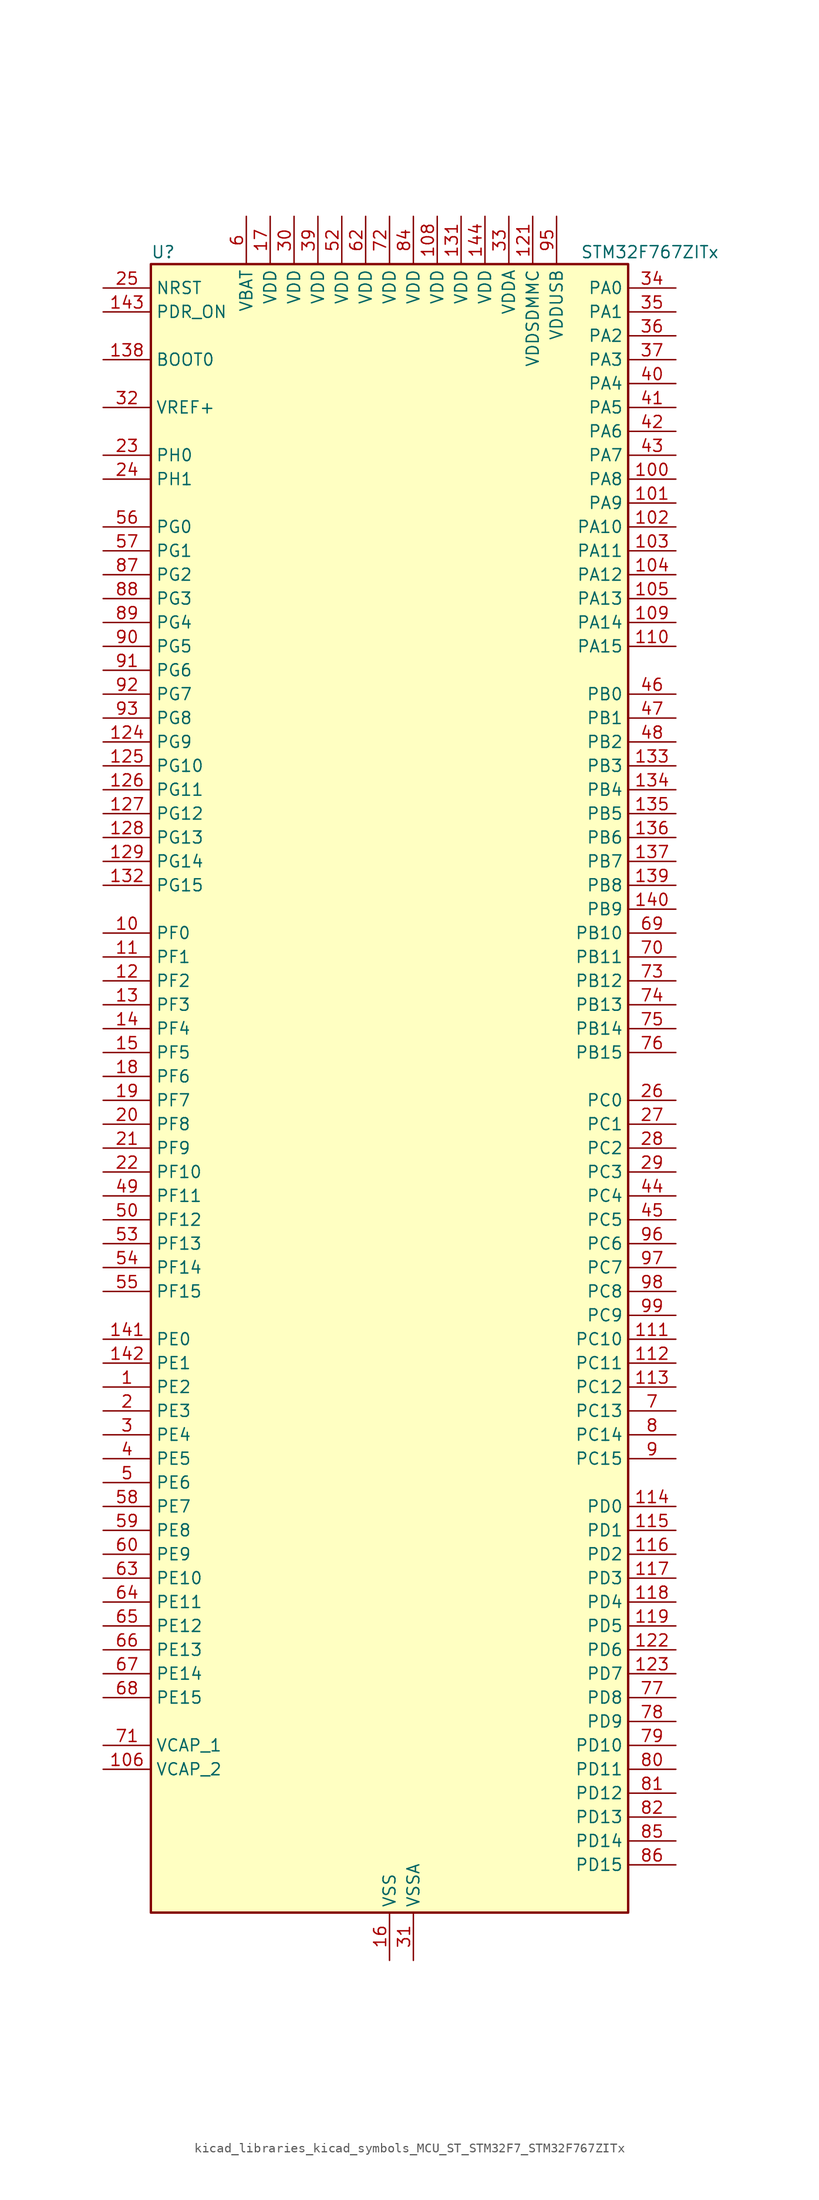
<source format=kicad_sym>
(kicad_symbol_lib
  (version 20220914)
  (generator kicad_symbol_editor)
  (symbol "kicad_libraries_kicad_symbols_MCU_ST_STM32F7_STM32F767ZITx"
    (property "Reference" "U"
      (at -25.4 90.17 0)
      (effects (font (size 1.27 1.27)) (justify left)))
    (property "Value" "STM32F767ZITx"
      (at 20.32 90.17 0)
      (effects (font (size 1.27 1.27)) (justify left)))
    (property "ki_locked" ""
      (at 0 0 0)
      (effects (font (size 1.27 1.27))))
    (symbol "kicad_libraries_kicad_symbols_MCU_ST_STM32F7_STM32F767ZITx_0_1"
      (rectangle (start -25.4 -86.36) (end 25.4 88.9) (stroke (width 0.254) (type default)) (fill (type background))))
    (symbol "kicad_libraries_kicad_symbols_MCU_ST_STM32F7_STM32F767ZITx_1_1"
      (pin bidirectional line (at -30.48 -30.48 0) (length 5.08) (name "PE2" (effects (font (size 1.27 1.27)))) (number "1" (effects (font (size 1.27 1.27)))) (alternate "ETH_TXD3" bidirectional line) (alternate "FMC_A23" bidirectional line) (alternate "QUADSPI_BK1_IO2" bidirectional line) (alternate "SAI1_MCLK_A" bidirectional line) (alternate "SPI4_SCK" bidirectional line) (alternate "SYS_TRACECLK" bidirectional line))
      (pin bidirectional line (at -30.48 17.78 0) (length 5.08) (name "PF0" (effects (font (size 1.27 1.27)))) (number "10" (effects (font (size 1.27 1.27)))) (alternate "FMC_A0" bidirectional line) (alternate "I2C2_SDA" bidirectional line))
      (pin bidirectional line (at 30.48 66.04 180) (length 5.08) (name "PA8" (effects (font (size 1.27 1.27)))) (number "100" (effects (font (size 1.27 1.27)))) (alternate "CAN3_RX" bidirectional line) (alternate "I2C3_SCL" bidirectional line) (alternate "LTDC_B3" bidirectional line) (alternate "LTDC_R6" bidirectional line) (alternate "RCC_MCO_1" bidirectional line) (alternate "TIM1_CH1" bidirectional line) (alternate "TIM8_BKIN2" bidirectional line) (alternate "UART7_RX" bidirectional line) (alternate "USART1_CK" bidirectional line) (alternate "USB_OTG_FS_SOF" bidirectional line))
      (pin bidirectional line (at 30.48 63.5 180) (length 5.08) (name "PA9" (effects (font (size 1.27 1.27)))) (number "101" (effects (font (size 1.27 1.27)))) (alternate "DAC_EXTI9" bidirectional line) (alternate "DCMI_D0" bidirectional line) (alternate "I2C3_SMBA" bidirectional line) (alternate "I2S2_CK" bidirectional line) (alternate "LTDC_R5" bidirectional line) (alternate "SPI2_SCK" bidirectional line) (alternate "TIM1_CH2" bidirectional line) (alternate "USART1_TX" bidirectional line) (alternate "USB_OTG_FS_VBUS" bidirectional line))
      (pin bidirectional line (at 30.48 60.96 180) (length 5.08) (name "PA10" (effects (font (size 1.27 1.27)))) (number "102" (effects (font (size 1.27 1.27)))) (alternate "DCMI_D1" bidirectional line) (alternate "LTDC_B1" bidirectional line) (alternate "LTDC_B4" bidirectional line) (alternate "MDIOS_MDIO" bidirectional line) (alternate "TIM1_CH3" bidirectional line) (alternate "USART1_RX" bidirectional line) (alternate "USB_OTG_FS_ID" bidirectional line))
      (pin bidirectional line (at 30.48 58.42 180) (length 5.08) (name "PA11" (effects (font (size 1.27 1.27)))) (number "103" (effects (font (size 1.27 1.27)))) (alternate "ADC1_EXTI11" bidirectional line) (alternate "ADC2_EXTI11" bidirectional line) (alternate "ADC3_EXTI11" bidirectional line) (alternate "CAN1_RX" bidirectional line) (alternate "I2S2_WS" bidirectional line) (alternate "LTDC_R4" bidirectional line) (alternate "SPI2_NSS" bidirectional line) (alternate "TIM1_CH4" bidirectional line) (alternate "UART4_RX" bidirectional line) (alternate "USART1_CTS" bidirectional line) (alternate "USB_OTG_FS_DM" bidirectional line))
      (pin bidirectional line (at 30.48 55.88 180) (length 5.08) (name "PA12" (effects (font (size 1.27 1.27)))) (number "104" (effects (font (size 1.27 1.27)))) (alternate "CAN1_TX" bidirectional line) (alternate "I2S2_CK" bidirectional line) (alternate "LTDC_R5" bidirectional line) (alternate "SAI2_FS_B" bidirectional line) (alternate "SPI2_SCK" bidirectional line) (alternate "TIM1_ETR" bidirectional line) (alternate "UART4_TX" bidirectional line) (alternate "USART1_DE" bidirectional line) (alternate "USART1_RTS" bidirectional line) (alternate "USB_OTG_FS_DP" bidirectional line))
      (pin bidirectional line (at 30.48 53.34 180) (length 5.08) (name "PA13" (effects (font (size 1.27 1.27)))) (number "105" (effects (font (size 1.27 1.27)))) (alternate "SYS_JTMS-SWDIO" bidirectional line))
      (pin power_out line (at -30.48 -71.12 0) (length 5.08) (name "VCAP_2" (effects (font (size 1.27 1.27)))) (number "106" (effects (font (size 1.27 1.27)))))
      (pin passive line (at 0 -91.44 90) (length 5.08) hide (name "VSS" (effects (font (size 1.27 1.27)))) (number "107" (effects (font (size 1.27 1.27)))))
      (pin power_in line (at 5.08 93.98 270) (length 5.08) (name "VDD" (effects (font (size 1.27 1.27)))) (number "108" (effects (font (size 1.27 1.27)))))
      (pin bidirectional line (at 30.48 50.8 180) (length 5.08) (name "PA14" (effects (font (size 1.27 1.27)))) (number "109" (effects (font (size 1.27 1.27)))) (alternate "SYS_JTCK-SWCLK" bidirectional line))
      (pin bidirectional line (at -30.48 15.24 0) (length 5.08) (name "PF1" (effects (font (size 1.27 1.27)))) (number "11" (effects (font (size 1.27 1.27)))) (alternate "FMC_A1" bidirectional line) (alternate "I2C2_SCL" bidirectional line))
      (pin bidirectional line (at 30.48 48.26 180) (length 5.08) (name "PA15" (effects (font (size 1.27 1.27)))) (number "110" (effects (font (size 1.27 1.27)))) (alternate "CAN3_TX" bidirectional line) (alternate "CEC" bidirectional line) (alternate "I2S1_WS" bidirectional line) (alternate "I2S3_WS" bidirectional line) (alternate "SPI1_NSS" bidirectional line) (alternate "SPI3_NSS" bidirectional line) (alternate "SPI6_NSS" bidirectional line) (alternate "SYS_JTDI" bidirectional line) (alternate "TIM2_CH1" bidirectional line) (alternate "TIM2_ETR" bidirectional line) (alternate "UART4_DE" bidirectional line) (alternate "UART4_RTS" bidirectional line) (alternate "UART7_TX" bidirectional line))
      (pin bidirectional line (at 30.48 -25.4 180) (length 5.08) (name "PC10" (effects (font (size 1.27 1.27)))) (number "111" (effects (font (size 1.27 1.27)))) (alternate "DCMI_D8" bidirectional line) (alternate "DFSDM1_CKIN5" bidirectional line) (alternate "I2S3_CK" bidirectional line) (alternate "LTDC_R2" bidirectional line) (alternate "QUADSPI_BK1_IO1" bidirectional line) (alternate "SDMMC1_D2" bidirectional line) (alternate "SPI3_SCK" bidirectional line) (alternate "UART4_TX" bidirectional line) (alternate "USART3_TX" bidirectional line))
      (pin bidirectional line (at 30.48 -27.94 180) (length 5.08) (name "PC11" (effects (font (size 1.27 1.27)))) (number "112" (effects (font (size 1.27 1.27)))) (alternate "ADC1_EXTI11" bidirectional line) (alternate "ADC2_EXTI11" bidirectional line) (alternate "ADC3_EXTI11" bidirectional line) (alternate "DCMI_D4" bidirectional line) (alternate "DFSDM1_DATIN5" bidirectional line) (alternate "QUADSPI_BK2_NCS" bidirectional line) (alternate "SDMMC1_D3" bidirectional line) (alternate "SPI3_MISO" bidirectional line) (alternate "UART4_RX" bidirectional line) (alternate "USART3_RX" bidirectional line))
      (pin bidirectional line (at 30.48 -30.48 180) (length 5.08) (name "PC12" (effects (font (size 1.27 1.27)))) (number "113" (effects (font (size 1.27 1.27)))) (alternate "DCMI_D9" bidirectional line) (alternate "I2S3_SD" bidirectional line) (alternate "SDMMC1_CK" bidirectional line) (alternate "SPI3_MOSI" bidirectional line) (alternate "SYS_TRACED3" bidirectional line) (alternate "UART5_TX" bidirectional line) (alternate "USART3_CK" bidirectional line))
      (pin bidirectional line (at 30.48 -43.18 180) (length 5.08) (name "PD0" (effects (font (size 1.27 1.27)))) (number "114" (effects (font (size 1.27 1.27)))) (alternate "CAN1_RX" bidirectional line) (alternate "DFSDM1_CKIN6" bidirectional line) (alternate "DFSDM1_DATIN7" bidirectional line) (alternate "FMC_D2" bidirectional line) (alternate "FMC_DA2" bidirectional line) (alternate "UART4_RX" bidirectional line))
      (pin bidirectional line (at 30.48 -45.72 180) (length 5.08) (name "PD1" (effects (font (size 1.27 1.27)))) (number "115" (effects (font (size 1.27 1.27)))) (alternate "CAN1_TX" bidirectional line) (alternate "DFSDM1_CKIN7" bidirectional line) (alternate "DFSDM1_DATIN6" bidirectional line) (alternate "FMC_D3" bidirectional line) (alternate "FMC_DA3" bidirectional line) (alternate "UART4_TX" bidirectional line))
      (pin bidirectional line (at 30.48 -48.26 180) (length 5.08) (name "PD2" (effects (font (size 1.27 1.27)))) (number "116" (effects (font (size 1.27 1.27)))) (alternate "DCMI_D11" bidirectional line) (alternate "SDMMC1_CMD" bidirectional line) (alternate "SYS_TRACED2" bidirectional line) (alternate "TIM3_ETR" bidirectional line) (alternate "UART5_RX" bidirectional line))
      (pin bidirectional line (at 30.48 -50.8 180) (length 5.08) (name "PD3" (effects (font (size 1.27 1.27)))) (number "117" (effects (font (size 1.27 1.27)))) (alternate "DCMI_D5" bidirectional line) (alternate "DFSDM1_CKOUT" bidirectional line) (alternate "DFSDM1_DATIN0" bidirectional line) (alternate "FMC_CLK" bidirectional line) (alternate "I2S2_CK" bidirectional line) (alternate "LTDC_G7" bidirectional line) (alternate "SPI2_SCK" bidirectional line) (alternate "USART2_CTS" bidirectional line))
      (pin bidirectional line (at 30.48 -53.34 180) (length 5.08) (name "PD4" (effects (font (size 1.27 1.27)))) (number "118" (effects (font (size 1.27 1.27)))) (alternate "DFSDM1_CKIN0" bidirectional line) (alternate "FMC_NOE" bidirectional line) (alternate "USART2_DE" bidirectional line) (alternate "USART2_RTS" bidirectional line))
      (pin bidirectional line (at 30.48 -55.88 180) (length 5.08) (name "PD5" (effects (font (size 1.27 1.27)))) (number "119" (effects (font (size 1.27 1.27)))) (alternate "FMC_NWE" bidirectional line) (alternate "USART2_TX" bidirectional line))
      (pin bidirectional line (at -30.48 12.7 0) (length 5.08) (name "PF2" (effects (font (size 1.27 1.27)))) (number "12" (effects (font (size 1.27 1.27)))) (alternate "FMC_A2" bidirectional line) (alternate "I2C2_SMBA" bidirectional line))
      (pin passive line (at 0 -91.44 90) (length 5.08) hide (name "VSS" (effects (font (size 1.27 1.27)))) (number "120" (effects (font (size 1.27 1.27)))))
      (pin power_in line (at 15.24 93.98 270) (length 5.08) (name "VDDSDMMC" (effects (font (size 1.27 1.27)))) (number "121" (effects (font (size 1.27 1.27)))))
      (pin bidirectional line (at 30.48 -58.42 180) (length 5.08) (name "PD6" (effects (font (size 1.27 1.27)))) (number "122" (effects (font (size 1.27 1.27)))) (alternate "DCMI_D10" bidirectional line) (alternate "DFSDM1_CKIN4" bidirectional line) (alternate "DFSDM1_DATIN1" bidirectional line) (alternate "FMC_NWAIT" bidirectional line) (alternate "I2S3_SD" bidirectional line) (alternate "LTDC_B2" bidirectional line) (alternate "SAI1_SD_A" bidirectional line) (alternate "SDMMC2_CK" bidirectional line) (alternate "SPI3_MOSI" bidirectional line) (alternate "USART2_RX" bidirectional line))
      (pin bidirectional line (at 30.48 -60.96 180) (length 5.08) (name "PD7" (effects (font (size 1.27 1.27)))) (number "123" (effects (font (size 1.27 1.27)))) (alternate "DFSDM1_CKIN1" bidirectional line) (alternate "DFSDM1_DATIN4" bidirectional line) (alternate "FMC_NE1" bidirectional line) (alternate "I2S1_SD" bidirectional line) (alternate "SDMMC2_CMD" bidirectional line) (alternate "SPDIFRX_IN0" bidirectional line) (alternate "SPI1_MOSI" bidirectional line) (alternate "USART2_CK" bidirectional line))
      (pin bidirectional line (at -30.48 38.1 0) (length 5.08) (name "PG9" (effects (font (size 1.27 1.27)))) (number "124" (effects (font (size 1.27 1.27)))) (alternate "DAC_EXTI9" bidirectional line) (alternate "DCMI_VSYNC" bidirectional line) (alternate "FMC_NCE" bidirectional line) (alternate "FMC_NE2" bidirectional line) (alternate "QUADSPI_BK2_IO2" bidirectional line) (alternate "SAI2_FS_B" bidirectional line) (alternate "SDMMC2_D0" bidirectional line) (alternate "SPDIFRX_IN3" bidirectional line) (alternate "SPI1_MISO" bidirectional line) (alternate "USART6_RX" bidirectional line))
      (pin bidirectional line (at -30.48 35.56 0) (length 5.08) (name "PG10" (effects (font (size 1.27 1.27)))) (number "125" (effects (font (size 1.27 1.27)))) (alternate "DCMI_D2" bidirectional line) (alternate "FMC_NE3" bidirectional line) (alternate "I2S1_WS" bidirectional line) (alternate "LTDC_B2" bidirectional line) (alternate "LTDC_G3" bidirectional line) (alternate "SAI2_SD_B" bidirectional line) (alternate "SDMMC2_D1" bidirectional line) (alternate "SPI1_NSS" bidirectional line))
      (pin bidirectional line (at -30.48 33.02 0) (length 5.08) (name "PG11" (effects (font (size 1.27 1.27)))) (number "126" (effects (font (size 1.27 1.27)))) (alternate "ADC1_EXTI11" bidirectional line) (alternate "ADC2_EXTI11" bidirectional line) (alternate "ADC3_EXTI11" bidirectional line) (alternate "DCMI_D3" bidirectional line) (alternate "ETH_TX_EN" bidirectional line) (alternate "I2S1_CK" bidirectional line) (alternate "LTDC_B3" bidirectional line) (alternate "SDMMC2_D2" bidirectional line) (alternate "SPDIFRX_IN0" bidirectional line) (alternate "SPI1_SCK" bidirectional line))
      (pin bidirectional line (at -30.48 30.48 0) (length 5.08) (name "PG12" (effects (font (size 1.27 1.27)))) (number "127" (effects (font (size 1.27 1.27)))) (alternate "FMC_NE4" bidirectional line) (alternate "LPTIM1_IN1" bidirectional line) (alternate "LTDC_B1" bidirectional line) (alternate "LTDC_B4" bidirectional line) (alternate "SDMMC2_D3" bidirectional line) (alternate "SPDIFRX_IN1" bidirectional line) (alternate "SPI6_MISO" bidirectional line) (alternate "USART6_DE" bidirectional line) (alternate "USART6_RTS" bidirectional line))
      (pin bidirectional line (at -30.48 27.94 0) (length 5.08) (name "PG13" (effects (font (size 1.27 1.27)))) (number "128" (effects (font (size 1.27 1.27)))) (alternate "ETH_TXD0" bidirectional line) (alternate "FMC_A24" bidirectional line) (alternate "LPTIM1_OUT" bidirectional line) (alternate "LTDC_R0" bidirectional line) (alternate "SPI6_SCK" bidirectional line) (alternate "SYS_TRACED0" bidirectional line) (alternate "USART6_CTS" bidirectional line))
      (pin bidirectional line (at -30.48 25.4 0) (length 5.08) (name "PG14" (effects (font (size 1.27 1.27)))) (number "129" (effects (font (size 1.27 1.27)))) (alternate "ETH_TXD1" bidirectional line) (alternate "FMC_A25" bidirectional line) (alternate "LPTIM1_ETR" bidirectional line) (alternate "LTDC_B0" bidirectional line) (alternate "QUADSPI_BK2_IO3" bidirectional line) (alternate "SPI6_MOSI" bidirectional line) (alternate "SYS_TRACED1" bidirectional line) (alternate "USART6_TX" bidirectional line))
      (pin bidirectional line (at -30.48 10.16 0) (length 5.08) (name "PF3" (effects (font (size 1.27 1.27)))) (number "13" (effects (font (size 1.27 1.27)))) (alternate "ADC3_IN9" bidirectional line) (alternate "FMC_A3" bidirectional line))
      (pin passive line (at 0 -91.44 90) (length 5.08) hide (name "VSS" (effects (font (size 1.27 1.27)))) (number "130" (effects (font (size 1.27 1.27)))))
      (pin power_in line (at 7.62 93.98 270) (length 5.08) (name "VDD" (effects (font (size 1.27 1.27)))) (number "131" (effects (font (size 1.27 1.27)))))
      (pin bidirectional line (at -30.48 22.86 0) (length 5.08) (name "PG15" (effects (font (size 1.27 1.27)))) (number "132" (effects (font (size 1.27 1.27)))) (alternate "DCMI_D13" bidirectional line) (alternate "FMC_SDNCAS" bidirectional line) (alternate "USART6_CTS" bidirectional line))
      (pin bidirectional line (at 30.48 35.56 180) (length 5.08) (name "PB3" (effects (font (size 1.27 1.27)))) (number "133" (effects (font (size 1.27 1.27)))) (alternate "CAN3_RX" bidirectional line) (alternate "I2S1_CK" bidirectional line) (alternate "I2S3_CK" bidirectional line) (alternate "SDMMC2_D2" bidirectional line) (alternate "SPI1_SCK" bidirectional line) (alternate "SPI3_SCK" bidirectional line) (alternate "SPI6_SCK" bidirectional line) (alternate "SYS_JTDO-SWO" bidirectional line) (alternate "TIM2_CH2" bidirectional line) (alternate "UART7_RX" bidirectional line))
      (pin bidirectional line (at 30.48 33.02 180) (length 5.08) (name "PB4" (effects (font (size 1.27 1.27)))) (number "134" (effects (font (size 1.27 1.27)))) (alternate "CAN3_TX" bidirectional line) (alternate "I2S2_WS" bidirectional line) (alternate "SDMMC2_D3" bidirectional line) (alternate "SPI1_MISO" bidirectional line) (alternate "SPI2_NSS" bidirectional line) (alternate "SPI3_MISO" bidirectional line) (alternate "SPI6_MISO" bidirectional line) (alternate "SYS_JTRST" bidirectional line) (alternate "TIM3_CH1" bidirectional line) (alternate "UART7_TX" bidirectional line))
      (pin bidirectional line (at 30.48 30.48 180) (length 5.08) (name "PB5" (effects (font (size 1.27 1.27)))) (number "135" (effects (font (size 1.27 1.27)))) (alternate "CAN2_RX" bidirectional line) (alternate "DCMI_D10" bidirectional line) (alternate "ETH_PPS_OUT" bidirectional line) (alternate "FMC_SDCKE1" bidirectional line) (alternate "I2C1_SMBA" bidirectional line) (alternate "I2S1_SD" bidirectional line) (alternate "I2S3_SD" bidirectional line) (alternate "LTDC_G7" bidirectional line) (alternate "SPI1_MOSI" bidirectional line) (alternate "SPI3_MOSI" bidirectional line) (alternate "SPI6_MOSI" bidirectional line) (alternate "TIM3_CH2" bidirectional line) (alternate "UART5_RX" bidirectional line) (alternate "USB_OTG_HS_ULPI_D7" bidirectional line))
      (pin bidirectional line (at 30.48 27.94 180) (length 5.08) (name "PB6" (effects (font (size 1.27 1.27)))) (number "136" (effects (font (size 1.27 1.27)))) (alternate "CAN2_TX" bidirectional line) (alternate "CEC" bidirectional line) (alternate "DCMI_D5" bidirectional line) (alternate "DFSDM1_DATIN5" bidirectional line) (alternate "FMC_SDNE1" bidirectional line) (alternate "I2C1_SCL" bidirectional line) (alternate "I2C4_SCL" bidirectional line) (alternate "QUADSPI_BK1_NCS" bidirectional line) (alternate "TIM4_CH1" bidirectional line) (alternate "UART5_TX" bidirectional line) (alternate "USART1_TX" bidirectional line))
      (pin bidirectional line (at 30.48 25.4 180) (length 5.08) (name "PB7" (effects (font (size 1.27 1.27)))) (number "137" (effects (font (size 1.27 1.27)))) (alternate "DCMI_VSYNC" bidirectional line) (alternate "DFSDM1_CKIN5" bidirectional line) (alternate "FMC_NL" bidirectional line) (alternate "I2C1_SDA" bidirectional line) (alternate "I2C4_SDA" bidirectional line) (alternate "TIM4_CH2" bidirectional line) (alternate "USART1_RX" bidirectional line))
      (pin input line (at -30.48 78.74 0) (length 5.08) (name "BOOT0" (effects (font (size 1.27 1.27)))) (number "138" (effects (font (size 1.27 1.27)))))
      (pin bidirectional line (at 30.48 22.86 180) (length 5.08) (name "PB8" (effects (font (size 1.27 1.27)))) (number "139" (effects (font (size 1.27 1.27)))) (alternate "CAN1_RX" bidirectional line) (alternate "DCMI_D6" bidirectional line) (alternate "DFSDM1_CKIN7" bidirectional line) (alternate "ETH_TXD3" bidirectional line) (alternate "I2C1_SCL" bidirectional line) (alternate "I2C4_SCL" bidirectional line) (alternate "LTDC_B6" bidirectional line) (alternate "SDMMC1_D4" bidirectional line) (alternate "SDMMC2_D4" bidirectional line) (alternate "TIM10_CH1" bidirectional line) (alternate "TIM4_CH3" bidirectional line) (alternate "UART5_RX" bidirectional line))
      (pin bidirectional line (at -30.48 7.62 0) (length 5.08) (name "PF4" (effects (font (size 1.27 1.27)))) (number "14" (effects (font (size 1.27 1.27)))) (alternate "ADC3_IN14" bidirectional line) (alternate "FMC_A4" bidirectional line))
      (pin bidirectional line (at 30.48 20.32 180) (length 5.08) (name "PB9" (effects (font (size 1.27 1.27)))) (number "140" (effects (font (size 1.27 1.27)))) (alternate "CAN1_TX" bidirectional line) (alternate "DAC_EXTI9" bidirectional line) (alternate "DCMI_D7" bidirectional line) (alternate "DFSDM1_DATIN7" bidirectional line) (alternate "I2C1_SDA" bidirectional line) (alternate "I2C4_SDA" bidirectional line) (alternate "I2C4_SMBA" bidirectional line) (alternate "I2S2_WS" bidirectional line) (alternate "LTDC_B7" bidirectional line) (alternate "SDMMC1_D5" bidirectional line) (alternate "SDMMC2_D5" bidirectional line) (alternate "SPI2_NSS" bidirectional line) (alternate "TIM11_CH1" bidirectional line) (alternate "TIM4_CH4" bidirectional line) (alternate "UART5_TX" bidirectional line))
      (pin bidirectional line (at -30.48 -25.4 0) (length 5.08) (name "PE0" (effects (font (size 1.27 1.27)))) (number "141" (effects (font (size 1.27 1.27)))) (alternate "DCMI_D2" bidirectional line) (alternate "FMC_NBL0" bidirectional line) (alternate "LPTIM1_ETR" bidirectional line) (alternate "SAI2_MCLK_A" bidirectional line) (alternate "TIM4_ETR" bidirectional line) (alternate "UART8_RX" bidirectional line))
      (pin bidirectional line (at -30.48 -27.94 0) (length 5.08) (name "PE1" (effects (font (size 1.27 1.27)))) (number "142" (effects (font (size 1.27 1.27)))) (alternate "DCMI_D3" bidirectional line) (alternate "FMC_NBL1" bidirectional line) (alternate "LPTIM1_IN2" bidirectional line) (alternate "UART8_TX" bidirectional line))
      (pin input line (at -30.48 83.82 0) (length 5.08) (name "PDR_ON" (effects (font (size 1.27 1.27)))) (number "143" (effects (font (size 1.27 1.27)))))
      (pin power_in line (at 10.16 93.98 270) (length 5.08) (name "VDD" (effects (font (size 1.27 1.27)))) (number "144" (effects (font (size 1.27 1.27)))))
      (pin bidirectional line (at -30.48 5.08 0) (length 5.08) (name "PF5" (effects (font (size 1.27 1.27)))) (number "15" (effects (font (size 1.27 1.27)))) (alternate "ADC3_IN15" bidirectional line) (alternate "FMC_A5" bidirectional line))
      (pin power_in line (at 0 -91.44 90) (length 5.08) (name "VSS" (effects (font (size 1.27 1.27)))) (number "16" (effects (font (size 1.27 1.27)))))
      (pin power_in line (at -12.7 93.98 270) (length 5.08) (name "VDD" (effects (font (size 1.27 1.27)))) (number "17" (effects (font (size 1.27 1.27)))))
      (pin bidirectional line (at -30.48 2.54 0) (length 5.08) (name "PF6" (effects (font (size 1.27 1.27)))) (number "18" (effects (font (size 1.27 1.27)))) (alternate "ADC3_IN4" bidirectional line) (alternate "QUADSPI_BK1_IO3" bidirectional line) (alternate "SAI1_SD_B" bidirectional line) (alternate "SPI5_NSS" bidirectional line) (alternate "TIM10_CH1" bidirectional line) (alternate "UART7_RX" bidirectional line))
      (pin bidirectional line (at -30.48 0 0) (length 5.08) (name "PF7" (effects (font (size 1.27 1.27)))) (number "19" (effects (font (size 1.27 1.27)))) (alternate "ADC3_IN5" bidirectional line) (alternate "QUADSPI_BK1_IO2" bidirectional line) (alternate "SAI1_MCLK_B" bidirectional line) (alternate "SPI5_SCK" bidirectional line) (alternate "TIM11_CH1" bidirectional line) (alternate "UART7_TX" bidirectional line))
      (pin bidirectional line (at -30.48 -33.02 0) (length 5.08) (name "PE3" (effects (font (size 1.27 1.27)))) (number "2" (effects (font (size 1.27 1.27)))) (alternate "FMC_A19" bidirectional line) (alternate "SAI1_SD_B" bidirectional line) (alternate "SYS_TRACED0" bidirectional line))
      (pin bidirectional line (at -30.48 -2.54 0) (length 5.08) (name "PF8" (effects (font (size 1.27 1.27)))) (number "20" (effects (font (size 1.27 1.27)))) (alternate "ADC3_IN6" bidirectional line) (alternate "QUADSPI_BK1_IO0" bidirectional line) (alternate "SAI1_SCK_B" bidirectional line) (alternate "SPI5_MISO" bidirectional line) (alternate "TIM13_CH1" bidirectional line) (alternate "UART7_DE" bidirectional line) (alternate "UART7_RTS" bidirectional line))
      (pin bidirectional line (at -30.48 -5.08 0) (length 5.08) (name "PF9" (effects (font (size 1.27 1.27)))) (number "21" (effects (font (size 1.27 1.27)))) (alternate "ADC3_IN7" bidirectional line) (alternate "DAC_EXTI9" bidirectional line) (alternate "QUADSPI_BK1_IO1" bidirectional line) (alternate "SAI1_FS_B" bidirectional line) (alternate "SPI5_MOSI" bidirectional line) (alternate "TIM14_CH1" bidirectional line) (alternate "UART7_CTS" bidirectional line))
      (pin bidirectional line (at -30.48 -7.62 0) (length 5.08) (name "PF10" (effects (font (size 1.27 1.27)))) (number "22" (effects (font (size 1.27 1.27)))) (alternate "ADC3_IN8" bidirectional line) (alternate "DCMI_D11" bidirectional line) (alternate "LTDC_DE" bidirectional line) (alternate "QUADSPI_CLK" bidirectional line))
      (pin bidirectional line (at -30.48 68.58 0) (length 5.08) (name "PH0" (effects (font (size 1.27 1.27)))) (number "23" (effects (font (size 1.27 1.27)))) (alternate "RCC_OSC_IN" bidirectional line))
      (pin bidirectional line (at -30.48 66.04 0) (length 5.08) (name "PH1" (effects (font (size 1.27 1.27)))) (number "24" (effects (font (size 1.27 1.27)))) (alternate "RCC_OSC_OUT" bidirectional line))
      (pin input line (at -30.48 86.36 0) (length 5.08) (name "NRST" (effects (font (size 1.27 1.27)))) (number "25" (effects (font (size 1.27 1.27)))))
      (pin bidirectional line (at 30.48 0 180) (length 5.08) (name "PC0" (effects (font (size 1.27 1.27)))) (number "26" (effects (font (size 1.27 1.27)))) (alternate "ADC1_IN10" bidirectional line) (alternate "ADC2_IN10" bidirectional line) (alternate "ADC3_IN10" bidirectional line) (alternate "DFSDM1_CKIN0" bidirectional line) (alternate "DFSDM1_DATIN4" bidirectional line) (alternate "FMC_SDNWE" bidirectional line) (alternate "LTDC_R5" bidirectional line) (alternate "SAI2_FS_B" bidirectional line) (alternate "USB_OTG_HS_ULPI_STP" bidirectional line))
      (pin bidirectional line (at 30.48 -2.54 180) (length 5.08) (name "PC1" (effects (font (size 1.27 1.27)))) (number "27" (effects (font (size 1.27 1.27)))) (alternate "ADC1_IN11" bidirectional line) (alternate "ADC2_IN11" bidirectional line) (alternate "ADC3_IN11" bidirectional line) (alternate "DFSDM1_CKIN4" bidirectional line) (alternate "DFSDM1_DATIN0" bidirectional line) (alternate "ETH_MDC" bidirectional line) (alternate "I2S2_SD" bidirectional line) (alternate "MDIOS_MDC" bidirectional line) (alternate "RTC_TAMP3" bidirectional line) (alternate "RTC_TS" bidirectional line) (alternate "SAI1_SD_A" bidirectional line) (alternate "SPI2_MOSI" bidirectional line) (alternate "SYS_TRACED0" bidirectional line) (alternate "SYS_WKUP3" bidirectional line))
      (pin bidirectional line (at 30.48 -5.08 180) (length 5.08) (name "PC2" (effects (font (size 1.27 1.27)))) (number "28" (effects (font (size 1.27 1.27)))) (alternate "ADC1_IN12" bidirectional line) (alternate "ADC2_IN12" bidirectional line) (alternate "ADC3_IN12" bidirectional line) (alternate "DFSDM1_CKIN1" bidirectional line) (alternate "DFSDM1_CKOUT" bidirectional line) (alternate "ETH_TXD2" bidirectional line) (alternate "FMC_SDNE0" bidirectional line) (alternate "SPI2_MISO" bidirectional line) (alternate "USB_OTG_HS_ULPI_DIR" bidirectional line))
      (pin bidirectional line (at 30.48 -7.62 180) (length 5.08) (name "PC3" (effects (font (size 1.27 1.27)))) (number "29" (effects (font (size 1.27 1.27)))) (alternate "ADC1_IN13" bidirectional line) (alternate "ADC2_IN13" bidirectional line) (alternate "ADC3_IN13" bidirectional line) (alternate "DFSDM1_DATIN1" bidirectional line) (alternate "ETH_TX_CLK" bidirectional line) (alternate "FMC_SDCKE0" bidirectional line) (alternate "I2S2_SD" bidirectional line) (alternate "SPI2_MOSI" bidirectional line) (alternate "USB_OTG_HS_ULPI_NXT" bidirectional line))
      (pin bidirectional line (at -30.48 -35.56 0) (length 5.08) (name "PE4" (effects (font (size 1.27 1.27)))) (number "3" (effects (font (size 1.27 1.27)))) (alternate "DCMI_D4" bidirectional line) (alternate "DFSDM1_DATIN3" bidirectional line) (alternate "FMC_A20" bidirectional line) (alternate "LTDC_B0" bidirectional line) (alternate "SAI1_FS_A" bidirectional line) (alternate "SPI4_NSS" bidirectional line) (alternate "SYS_TRACED1" bidirectional line))
      (pin power_in line (at -10.16 93.98 270) (length 5.08) (name "VDD" (effects (font (size 1.27 1.27)))) (number "30" (effects (font (size 1.27 1.27)))))
      (pin power_in line (at 2.54 -91.44 90) (length 5.08) (name "VSSA" (effects (font (size 1.27 1.27)))) (number "31" (effects (font (size 1.27 1.27)))))
      (pin input line (at -30.48 73.66 0) (length 5.08) (name "VREF+" (effects (font (size 1.27 1.27)))) (number "32" (effects (font (size 1.27 1.27)))))
      (pin power_in line (at 12.7 93.98 270) (length 5.08) (name "VDDA" (effects (font (size 1.27 1.27)))) (number "33" (effects (font (size 1.27 1.27)))))
      (pin bidirectional line (at 30.48 86.36 180) (length 5.08) (name "PA0" (effects (font (size 1.27 1.27)))) (number "34" (effects (font (size 1.27 1.27)))) (alternate "ADC1_IN0" bidirectional line) (alternate "ADC2_IN0" bidirectional line) (alternate "ADC3_IN0" bidirectional line) (alternate "ETH_CRS" bidirectional line) (alternate "SAI2_SD_B" bidirectional line) (alternate "SYS_WKUP1" bidirectional line) (alternate "TIM2_CH1" bidirectional line) (alternate "TIM2_ETR" bidirectional line) (alternate "TIM5_CH1" bidirectional line) (alternate "TIM8_ETR" bidirectional line) (alternate "UART4_TX" bidirectional line) (alternate "USART2_CTS" bidirectional line))
      (pin bidirectional line (at 30.48 83.82 180) (length 5.08) (name "PA1" (effects (font (size 1.27 1.27)))) (number "35" (effects (font (size 1.27 1.27)))) (alternate "ADC1_IN1" bidirectional line) (alternate "ADC2_IN1" bidirectional line) (alternate "ADC3_IN1" bidirectional line) (alternate "ETH_REF_CLK" bidirectional line) (alternate "ETH_RX_CLK" bidirectional line) (alternate "LTDC_R2" bidirectional line) (alternate "QUADSPI_BK1_IO3" bidirectional line) (alternate "SAI2_MCLK_B" bidirectional line) (alternate "TIM2_CH2" bidirectional line) (alternate "TIM5_CH2" bidirectional line) (alternate "UART4_RX" bidirectional line) (alternate "USART2_DE" bidirectional line) (alternate "USART2_RTS" bidirectional line))
      (pin bidirectional line (at 30.48 81.28 180) (length 5.08) (name "PA2" (effects (font (size 1.27 1.27)))) (number "36" (effects (font (size 1.27 1.27)))) (alternate "ADC1_IN2" bidirectional line) (alternate "ADC2_IN2" bidirectional line) (alternate "ADC3_IN2" bidirectional line) (alternate "ETH_MDIO" bidirectional line) (alternate "LTDC_R1" bidirectional line) (alternate "MDIOS_MDIO" bidirectional line) (alternate "SAI2_SCK_B" bidirectional line) (alternate "SYS_WKUP2" bidirectional line) (alternate "TIM2_CH3" bidirectional line) (alternate "TIM5_CH3" bidirectional line) (alternate "TIM9_CH1" bidirectional line) (alternate "USART2_TX" bidirectional line))
      (pin bidirectional line (at 30.48 78.74 180) (length 5.08) (name "PA3" (effects (font (size 1.27 1.27)))) (number "37" (effects (font (size 1.27 1.27)))) (alternate "ADC1_IN3" bidirectional line) (alternate "ADC2_IN3" bidirectional line) (alternate "ADC3_IN3" bidirectional line) (alternate "ETH_COL" bidirectional line) (alternate "LTDC_B2" bidirectional line) (alternate "LTDC_B5" bidirectional line) (alternate "TIM2_CH4" bidirectional line) (alternate "TIM5_CH4" bidirectional line) (alternate "TIM9_CH2" bidirectional line) (alternate "USART2_RX" bidirectional line) (alternate "USB_OTG_HS_ULPI_D0" bidirectional line))
      (pin passive line (at 0 -91.44 90) (length 5.08) hide (name "VSS" (effects (font (size 1.27 1.27)))) (number "38" (effects (font (size 1.27 1.27)))))
      (pin power_in line (at -7.62 93.98 270) (length 5.08) (name "VDD" (effects (font (size 1.27 1.27)))) (number "39" (effects (font (size 1.27 1.27)))))
      (pin bidirectional line (at -30.48 -38.1 0) (length 5.08) (name "PE5" (effects (font (size 1.27 1.27)))) (number "4" (effects (font (size 1.27 1.27)))) (alternate "DCMI_D6" bidirectional line) (alternate "DFSDM1_CKIN3" bidirectional line) (alternate "FMC_A21" bidirectional line) (alternate "LTDC_G0" bidirectional line) (alternate "SAI1_SCK_A" bidirectional line) (alternate "SPI4_MISO" bidirectional line) (alternate "SYS_TRACED2" bidirectional line) (alternate "TIM9_CH1" bidirectional line))
      (pin bidirectional line (at 30.48 76.2 180) (length 5.08) (name "PA4" (effects (font (size 1.27 1.27)))) (number "40" (effects (font (size 1.27 1.27)))) (alternate "ADC1_IN4" bidirectional line) (alternate "ADC2_IN4" bidirectional line) (alternate "DAC_OUT1" bidirectional line) (alternate "DCMI_HSYNC" bidirectional line) (alternate "I2S1_WS" bidirectional line) (alternate "I2S3_WS" bidirectional line) (alternate "LTDC_VSYNC" bidirectional line) (alternate "SPI1_NSS" bidirectional line) (alternate "SPI3_NSS" bidirectional line) (alternate "SPI6_NSS" bidirectional line) (alternate "USART2_CK" bidirectional line) (alternate "USB_OTG_HS_SOF" bidirectional line))
      (pin bidirectional line (at 30.48 73.66 180) (length 5.08) (name "PA5" (effects (font (size 1.27 1.27)))) (number "41" (effects (font (size 1.27 1.27)))) (alternate "ADC1_IN5" bidirectional line) (alternate "ADC2_IN5" bidirectional line) (alternate "DAC_OUT2" bidirectional line) (alternate "I2S1_CK" bidirectional line) (alternate "LTDC_R4" bidirectional line) (alternate "SPI1_SCK" bidirectional line) (alternate "SPI6_SCK" bidirectional line) (alternate "TIM2_CH1" bidirectional line) (alternate "TIM2_ETR" bidirectional line) (alternate "TIM8_CH1N" bidirectional line) (alternate "USB_OTG_HS_ULPI_CK" bidirectional line))
      (pin bidirectional line (at 30.48 71.12 180) (length 5.08) (name "PA6" (effects (font (size 1.27 1.27)))) (number "42" (effects (font (size 1.27 1.27)))) (alternate "ADC1_IN6" bidirectional line) (alternate "ADC2_IN6" bidirectional line) (alternate "DCMI_PIXCLK" bidirectional line) (alternate "LTDC_G2" bidirectional line) (alternate "MDIOS_MDC" bidirectional line) (alternate "SPI1_MISO" bidirectional line) (alternate "SPI6_MISO" bidirectional line) (alternate "TIM13_CH1" bidirectional line) (alternate "TIM1_BKIN" bidirectional line) (alternate "TIM3_CH1" bidirectional line) (alternate "TIM8_BKIN" bidirectional line))
      (pin bidirectional line (at 30.48 68.58 180) (length 5.08) (name "PA7" (effects (font (size 1.27 1.27)))) (number "43" (effects (font (size 1.27 1.27)))) (alternate "ADC1_IN7" bidirectional line) (alternate "ADC2_IN7" bidirectional line) (alternate "ETH_CRS_DV" bidirectional line) (alternate "ETH_RX_DV" bidirectional line) (alternate "FMC_SDNWE" bidirectional line) (alternate "I2S1_SD" bidirectional line) (alternate "SPI1_MOSI" bidirectional line) (alternate "SPI6_MOSI" bidirectional line) (alternate "TIM14_CH1" bidirectional line) (alternate "TIM1_CH1N" bidirectional line) (alternate "TIM3_CH2" bidirectional line) (alternate "TIM8_CH1N" bidirectional line))
      (pin bidirectional line (at 30.48 -10.16 180) (length 5.08) (name "PC4" (effects (font (size 1.27 1.27)))) (number "44" (effects (font (size 1.27 1.27)))) (alternate "ADC1_IN14" bidirectional line) (alternate "ADC2_IN14" bidirectional line) (alternate "DFSDM1_CKIN2" bidirectional line) (alternate "ETH_RXD0" bidirectional line) (alternate "FMC_SDNE0" bidirectional line) (alternate "I2S1_MCK" bidirectional line) (alternate "SPDIFRX_IN2" bidirectional line))
      (pin bidirectional line (at 30.48 -12.7 180) (length 5.08) (name "PC5" (effects (font (size 1.27 1.27)))) (number "45" (effects (font (size 1.27 1.27)))) (alternate "ADC1_IN15" bidirectional line) (alternate "ADC2_IN15" bidirectional line) (alternate "DFSDM1_DATIN2" bidirectional line) (alternate "ETH_RXD1" bidirectional line) (alternate "FMC_SDCKE0" bidirectional line) (alternate "SPDIFRX_IN3" bidirectional line))
      (pin bidirectional line (at 30.48 43.18 180) (length 5.08) (name "PB0" (effects (font (size 1.27 1.27)))) (number "46" (effects (font (size 1.27 1.27)))) (alternate "ADC1_IN8" bidirectional line) (alternate "ADC2_IN8" bidirectional line) (alternate "DFSDM1_CKOUT" bidirectional line) (alternate "ETH_RXD2" bidirectional line) (alternate "LTDC_G1" bidirectional line) (alternate "LTDC_R3" bidirectional line) (alternate "TIM1_CH2N" bidirectional line) (alternate "TIM3_CH3" bidirectional line) (alternate "TIM8_CH2N" bidirectional line) (alternate "UART4_CTS" bidirectional line) (alternate "USB_OTG_HS_ULPI_D1" bidirectional line))
      (pin bidirectional line (at 30.48 40.64 180) (length 5.08) (name "PB1" (effects (font (size 1.27 1.27)))) (number "47" (effects (font (size 1.27 1.27)))) (alternate "ADC1_IN9" bidirectional line) (alternate "ADC2_IN9" bidirectional line) (alternate "DFSDM1_DATIN1" bidirectional line) (alternate "ETH_RXD3" bidirectional line) (alternate "LTDC_G0" bidirectional line) (alternate "LTDC_R6" bidirectional line) (alternate "TIM1_CH3N" bidirectional line) (alternate "TIM3_CH4" bidirectional line) (alternate "TIM8_CH3N" bidirectional line) (alternate "USB_OTG_HS_ULPI_D2" bidirectional line))
      (pin bidirectional line (at 30.48 38.1 180) (length 5.08) (name "PB2" (effects (font (size 1.27 1.27)))) (number "48" (effects (font (size 1.27 1.27)))) (alternate "DFSDM1_CKIN1" bidirectional line) (alternate "I2S3_SD" bidirectional line) (alternate "QUADSPI_CLK" bidirectional line) (alternate "SAI1_SD_A" bidirectional line) (alternate "SPI3_MOSI" bidirectional line))
      (pin bidirectional line (at -30.48 -10.16 0) (length 5.08) (name "PF11" (effects (font (size 1.27 1.27)))) (number "49" (effects (font (size 1.27 1.27)))) (alternate "ADC1_EXTI11" bidirectional line) (alternate "ADC2_EXTI11" bidirectional line) (alternate "ADC3_EXTI11" bidirectional line) (alternate "DCMI_D12" bidirectional line) (alternate "FMC_SDNRAS" bidirectional line) (alternate "SAI2_SD_B" bidirectional line) (alternate "SPI5_MOSI" bidirectional line))
      (pin bidirectional line (at -30.48 -40.64 0) (length 5.08) (name "PE6" (effects (font (size 1.27 1.27)))) (number "5" (effects (font (size 1.27 1.27)))) (alternate "DCMI_D7" bidirectional line) (alternate "FMC_A22" bidirectional line) (alternate "LTDC_G1" bidirectional line) (alternate "SAI1_SD_A" bidirectional line) (alternate "SAI2_MCLK_B" bidirectional line) (alternate "SPI4_MOSI" bidirectional line) (alternate "SYS_TRACED3" bidirectional line) (alternate "TIM1_BKIN2" bidirectional line) (alternate "TIM9_CH2" bidirectional line))
      (pin bidirectional line (at -30.48 -12.7 0) (length 5.08) (name "PF12" (effects (font (size 1.27 1.27)))) (number "50" (effects (font (size 1.27 1.27)))) (alternate "FMC_A6" bidirectional line))
      (pin passive line (at 0 -91.44 90) (length 5.08) hide (name "VSS" (effects (font (size 1.27 1.27)))) (number "51" (effects (font (size 1.27 1.27)))))
      (pin power_in line (at -5.08 93.98 270) (length 5.08) (name "VDD" (effects (font (size 1.27 1.27)))) (number "52" (effects (font (size 1.27 1.27)))))
      (pin bidirectional line (at -30.48 -15.24 0) (length 5.08) (name "PF13" (effects (font (size 1.27 1.27)))) (number "53" (effects (font (size 1.27 1.27)))) (alternate "DFSDM1_DATIN6" bidirectional line) (alternate "FMC_A7" bidirectional line) (alternate "I2C4_SMBA" bidirectional line))
      (pin bidirectional line (at -30.48 -17.78 0) (length 5.08) (name "PF14" (effects (font (size 1.27 1.27)))) (number "54" (effects (font (size 1.27 1.27)))) (alternate "DFSDM1_CKIN6" bidirectional line) (alternate "FMC_A8" bidirectional line) (alternate "I2C4_SCL" bidirectional line))
      (pin bidirectional line (at -30.48 -20.32 0) (length 5.08) (name "PF15" (effects (font (size 1.27 1.27)))) (number "55" (effects (font (size 1.27 1.27)))) (alternate "FMC_A9" bidirectional line) (alternate "I2C4_SDA" bidirectional line))
      (pin bidirectional line (at -30.48 60.96 0) (length 5.08) (name "PG0" (effects (font (size 1.27 1.27)))) (number "56" (effects (font (size 1.27 1.27)))) (alternate "FMC_A10" bidirectional line))
      (pin bidirectional line (at -30.48 58.42 0) (length 5.08) (name "PG1" (effects (font (size 1.27 1.27)))) (number "57" (effects (font (size 1.27 1.27)))) (alternate "FMC_A11" bidirectional line))
      (pin bidirectional line (at -30.48 -43.18 0) (length 5.08) (name "PE7" (effects (font (size 1.27 1.27)))) (number "58" (effects (font (size 1.27 1.27)))) (alternate "DFSDM1_DATIN2" bidirectional line) (alternate "FMC_D4" bidirectional line) (alternate "FMC_DA4" bidirectional line) (alternate "QUADSPI_BK2_IO0" bidirectional line) (alternate "TIM1_ETR" bidirectional line) (alternate "UART7_RX" bidirectional line))
      (pin bidirectional line (at -30.48 -45.72 0) (length 5.08) (name "PE8" (effects (font (size 1.27 1.27)))) (number "59" (effects (font (size 1.27 1.27)))) (alternate "DFSDM1_CKIN2" bidirectional line) (alternate "FMC_D5" bidirectional line) (alternate "FMC_DA5" bidirectional line) (alternate "QUADSPI_BK2_IO1" bidirectional line) (alternate "TIM1_CH1N" bidirectional line) (alternate "UART7_TX" bidirectional line))
      (pin power_in line (at -15.24 93.98 270) (length 5.08) (name "VBAT" (effects (font (size 1.27 1.27)))) (number "6" (effects (font (size 1.27 1.27)))))
      (pin bidirectional line (at -30.48 -48.26 0) (length 5.08) (name "PE9" (effects (font (size 1.27 1.27)))) (number "60" (effects (font (size 1.27 1.27)))) (alternate "DAC_EXTI9" bidirectional line) (alternate "DFSDM1_CKOUT" bidirectional line) (alternate "FMC_D6" bidirectional line) (alternate "FMC_DA6" bidirectional line) (alternate "QUADSPI_BK2_IO2" bidirectional line) (alternate "TIM1_CH1" bidirectional line) (alternate "UART7_DE" bidirectional line) (alternate "UART7_RTS" bidirectional line))
      (pin passive line (at 0 -91.44 90) (length 5.08) hide (name "VSS" (effects (font (size 1.27 1.27)))) (number "61" (effects (font (size 1.27 1.27)))))
      (pin power_in line (at -2.54 93.98 270) (length 5.08) (name "VDD" (effects (font (size 1.27 1.27)))) (number "62" (effects (font (size 1.27 1.27)))))
      (pin bidirectional line (at -30.48 -50.8 0) (length 5.08) (name "PE10" (effects (font (size 1.27 1.27)))) (number "63" (effects (font (size 1.27 1.27)))) (alternate "DFSDM1_DATIN4" bidirectional line) (alternate "FMC_D7" bidirectional line) (alternate "FMC_DA7" bidirectional line) (alternate "QUADSPI_BK2_IO3" bidirectional line) (alternate "TIM1_CH2N" bidirectional line) (alternate "UART7_CTS" bidirectional line))
      (pin bidirectional line (at -30.48 -53.34 0) (length 5.08) (name "PE11" (effects (font (size 1.27 1.27)))) (number "64" (effects (font (size 1.27 1.27)))) (alternate "ADC1_EXTI11" bidirectional line) (alternate "ADC2_EXTI11" bidirectional line) (alternate "ADC3_EXTI11" bidirectional line) (alternate "DFSDM1_CKIN4" bidirectional line) (alternate "FMC_D8" bidirectional line) (alternate "FMC_DA8" bidirectional line) (alternate "LTDC_G3" bidirectional line) (alternate "SAI2_SD_B" bidirectional line) (alternate "SPI4_NSS" bidirectional line) (alternate "TIM1_CH2" bidirectional line))
      (pin bidirectional line (at -30.48 -55.88 0) (length 5.08) (name "PE12" (effects (font (size 1.27 1.27)))) (number "65" (effects (font (size 1.27 1.27)))) (alternate "DFSDM1_DATIN5" bidirectional line) (alternate "FMC_D9" bidirectional line) (alternate "FMC_DA9" bidirectional line) (alternate "LTDC_B4" bidirectional line) (alternate "SAI2_SCK_B" bidirectional line) (alternate "SPI4_SCK" bidirectional line) (alternate "TIM1_CH3N" bidirectional line))
      (pin bidirectional line (at -30.48 -58.42 0) (length 5.08) (name "PE13" (effects (font (size 1.27 1.27)))) (number "66" (effects (font (size 1.27 1.27)))) (alternate "DFSDM1_CKIN5" bidirectional line) (alternate "FMC_D10" bidirectional line) (alternate "FMC_DA10" bidirectional line) (alternate "LTDC_DE" bidirectional line) (alternate "SAI2_FS_B" bidirectional line) (alternate "SPI4_MISO" bidirectional line) (alternate "TIM1_CH3" bidirectional line))
      (pin bidirectional line (at -30.48 -60.96 0) (length 5.08) (name "PE14" (effects (font (size 1.27 1.27)))) (number "67" (effects (font (size 1.27 1.27)))) (alternate "FMC_D11" bidirectional line) (alternate "FMC_DA11" bidirectional line) (alternate "LTDC_CLK" bidirectional line) (alternate "SAI2_MCLK_B" bidirectional line) (alternate "SPI4_MOSI" bidirectional line) (alternate "TIM1_CH4" bidirectional line))
      (pin bidirectional line (at -30.48 -63.5 0) (length 5.08) (name "PE15" (effects (font (size 1.27 1.27)))) (number "68" (effects (font (size 1.27 1.27)))) (alternate "FMC_D12" bidirectional line) (alternate "FMC_DA12" bidirectional line) (alternate "LTDC_R7" bidirectional line) (alternate "TIM1_BKIN" bidirectional line))
      (pin bidirectional line (at 30.48 17.78 180) (length 5.08) (name "PB10" (effects (font (size 1.27 1.27)))) (number "69" (effects (font (size 1.27 1.27)))) (alternate "DFSDM1_DATIN7" bidirectional line) (alternate "ETH_RX_ER" bidirectional line) (alternate "I2C2_SCL" bidirectional line) (alternate "I2S2_CK" bidirectional line) (alternate "LTDC_G4" bidirectional line) (alternate "QUADSPI_BK1_NCS" bidirectional line) (alternate "SPI2_SCK" bidirectional line) (alternate "TIM2_CH3" bidirectional line) (alternate "USART3_TX" bidirectional line) (alternate "USB_OTG_HS_ULPI_D3" bidirectional line))
      (pin bidirectional line (at 30.48 -33.02 180) (length 5.08) (name "PC13" (effects (font (size 1.27 1.27)))) (number "7" (effects (font (size 1.27 1.27)))) (alternate "RTC_OUT" bidirectional line) (alternate "RTC_TAMP1" bidirectional line) (alternate "RTC_TS" bidirectional line) (alternate "SYS_WKUP4" bidirectional line))
      (pin bidirectional line (at 30.48 15.24 180) (length 5.08) (name "PB11" (effects (font (size 1.27 1.27)))) (number "70" (effects (font (size 1.27 1.27)))) (alternate "ADC1_EXTI11" bidirectional line) (alternate "ADC2_EXTI11" bidirectional line) (alternate "ADC3_EXTI11" bidirectional line) (alternate "DFSDM1_CKIN7" bidirectional line) (alternate "ETH_TX_EN" bidirectional line) (alternate "I2C2_SDA" bidirectional line) (alternate "LTDC_G5" bidirectional line) (alternate "TIM2_CH4" bidirectional line) (alternate "USART3_RX" bidirectional line) (alternate "USB_OTG_HS_ULPI_D4" bidirectional line))
      (pin power_out line (at -30.48 -68.58 0) (length 5.08) (name "VCAP_1" (effects (font (size 1.27 1.27)))) (number "71" (effects (font (size 1.27 1.27)))))
      (pin power_in line (at 0 93.98 270) (length 5.08) (name "VDD" (effects (font (size 1.27 1.27)))) (number "72" (effects (font (size 1.27 1.27)))))
      (pin bidirectional line (at 30.48 12.7 180) (length 5.08) (name "PB12" (effects (font (size 1.27 1.27)))) (number "73" (effects (font (size 1.27 1.27)))) (alternate "CAN2_RX" bidirectional line) (alternate "DFSDM1_DATIN1" bidirectional line) (alternate "ETH_TXD0" bidirectional line) (alternate "I2C2_SMBA" bidirectional line) (alternate "I2S2_WS" bidirectional line) (alternate "SPI2_NSS" bidirectional line) (alternate "TIM1_BKIN" bidirectional line) (alternate "UART5_RX" bidirectional line) (alternate "USART3_CK" bidirectional line) (alternate "USB_OTG_HS_ID" bidirectional line) (alternate "USB_OTG_HS_ULPI_D5" bidirectional line))
      (pin bidirectional line (at 30.48 10.16 180) (length 5.08) (name "PB13" (effects (font (size 1.27 1.27)))) (number "74" (effects (font (size 1.27 1.27)))) (alternate "CAN2_TX" bidirectional line) (alternate "DFSDM1_CKIN1" bidirectional line) (alternate "ETH_TXD1" bidirectional line) (alternate "I2S2_CK" bidirectional line) (alternate "SPI2_SCK" bidirectional line) (alternate "TIM1_CH1N" bidirectional line) (alternate "UART5_TX" bidirectional line) (alternate "USART3_CTS" bidirectional line) (alternate "USB_OTG_HS_ULPI_D6" bidirectional line) (alternate "USB_OTG_HS_VBUS" bidirectional line))
      (pin bidirectional line (at 30.48 7.62 180) (length 5.08) (name "PB14" (effects (font (size 1.27 1.27)))) (number "75" (effects (font (size 1.27 1.27)))) (alternate "DFSDM1_DATIN2" bidirectional line) (alternate "SDMMC2_D0" bidirectional line) (alternate "SPI2_MISO" bidirectional line) (alternate "TIM12_CH1" bidirectional line) (alternate "TIM1_CH2N" bidirectional line) (alternate "TIM8_CH2N" bidirectional line) (alternate "UART4_DE" bidirectional line) (alternate "UART4_RTS" bidirectional line) (alternate "USART1_TX" bidirectional line) (alternate "USART3_DE" bidirectional line) (alternate "USART3_RTS" bidirectional line) (alternate "USB_OTG_HS_DM" bidirectional line))
      (pin bidirectional line (at 30.48 5.08 180) (length 5.08) (name "PB15" (effects (font (size 1.27 1.27)))) (number "76" (effects (font (size 1.27 1.27)))) (alternate "DFSDM1_CKIN2" bidirectional line) (alternate "I2S2_SD" bidirectional line) (alternate "RTC_REFIN" bidirectional line) (alternate "SDMMC2_D1" bidirectional line) (alternate "SPI2_MOSI" bidirectional line) (alternate "TIM12_CH2" bidirectional line) (alternate "TIM1_CH3N" bidirectional line) (alternate "TIM8_CH3N" bidirectional line) (alternate "UART4_CTS" bidirectional line) (alternate "USART1_RX" bidirectional line) (alternate "USB_OTG_HS_DP" bidirectional line))
      (pin bidirectional line (at 30.48 -63.5 180) (length 5.08) (name "PD8" (effects (font (size 1.27 1.27)))) (number "77" (effects (font (size 1.27 1.27)))) (alternate "DFSDM1_CKIN3" bidirectional line) (alternate "FMC_D13" bidirectional line) (alternate "FMC_DA13" bidirectional line) (alternate "SPDIFRX_IN1" bidirectional line) (alternate "USART3_TX" bidirectional line))
      (pin bidirectional line (at 30.48 -66.04 180) (length 5.08) (name "PD9" (effects (font (size 1.27 1.27)))) (number "78" (effects (font (size 1.27 1.27)))) (alternate "DAC_EXTI9" bidirectional line) (alternate "DFSDM1_DATIN3" bidirectional line) (alternate "FMC_D14" bidirectional line) (alternate "FMC_DA14" bidirectional line) (alternate "USART3_RX" bidirectional line))
      (pin bidirectional line (at 30.48 -68.58 180) (length 5.08) (name "PD10" (effects (font (size 1.27 1.27)))) (number "79" (effects (font (size 1.27 1.27)))) (alternate "DFSDM1_CKOUT" bidirectional line) (alternate "FMC_D15" bidirectional line) (alternate "FMC_DA15" bidirectional line) (alternate "LTDC_B3" bidirectional line) (alternate "USART3_CK" bidirectional line))
      (pin bidirectional line (at 30.48 -35.56 180) (length 5.08) (name "PC14" (effects (font (size 1.27 1.27)))) (number "8" (effects (font (size 1.27 1.27)))) (alternate "RCC_OSC32_IN" bidirectional line))
      (pin bidirectional line (at 30.48 -71.12 180) (length 5.08) (name "PD11" (effects (font (size 1.27 1.27)))) (number "80" (effects (font (size 1.27 1.27)))) (alternate "ADC1_EXTI11" bidirectional line) (alternate "ADC2_EXTI11" bidirectional line) (alternate "ADC3_EXTI11" bidirectional line) (alternate "FMC_A16" bidirectional line) (alternate "FMC_CLE" bidirectional line) (alternate "I2C4_SMBA" bidirectional line) (alternate "QUADSPI_BK1_IO0" bidirectional line) (alternate "SAI2_SD_A" bidirectional line) (alternate "USART3_CTS" bidirectional line))
      (pin bidirectional line (at 30.48 -73.66 180) (length 5.08) (name "PD12" (effects (font (size 1.27 1.27)))) (number "81" (effects (font (size 1.27 1.27)))) (alternate "FMC_A17" bidirectional line) (alternate "FMC_ALE" bidirectional line) (alternate "I2C4_SCL" bidirectional line) (alternate "LPTIM1_IN1" bidirectional line) (alternate "QUADSPI_BK1_IO1" bidirectional line) (alternate "SAI2_FS_A" bidirectional line) (alternate "TIM4_CH1" bidirectional line) (alternate "USART3_DE" bidirectional line) (alternate "USART3_RTS" bidirectional line))
      (pin bidirectional line (at 30.48 -76.2 180) (length 5.08) (name "PD13" (effects (font (size 1.27 1.27)))) (number "82" (effects (font (size 1.27 1.27)))) (alternate "FMC_A18" bidirectional line) (alternate "I2C4_SDA" bidirectional line) (alternate "LPTIM1_OUT" bidirectional line) (alternate "QUADSPI_BK1_IO3" bidirectional line) (alternate "SAI2_SCK_A" bidirectional line) (alternate "TIM4_CH2" bidirectional line))
      (pin passive line (at 0 -91.44 90) (length 5.08) hide (name "VSS" (effects (font (size 1.27 1.27)))) (number "83" (effects (font (size 1.27 1.27)))))
      (pin power_in line (at 2.54 93.98 270) (length 5.08) (name "VDD" (effects (font (size 1.27 1.27)))) (number "84" (effects (font (size 1.27 1.27)))))
      (pin bidirectional line (at 30.48 -78.74 180) (length 5.08) (name "PD14" (effects (font (size 1.27 1.27)))) (number "85" (effects (font (size 1.27 1.27)))) (alternate "FMC_D0" bidirectional line) (alternate "FMC_DA0" bidirectional line) (alternate "TIM4_CH3" bidirectional line) (alternate "UART8_CTS" bidirectional line))
      (pin bidirectional line (at 30.48 -81.28 180) (length 5.08) (name "PD15" (effects (font (size 1.27 1.27)))) (number "86" (effects (font (size 1.27 1.27)))) (alternate "FMC_D1" bidirectional line) (alternate "FMC_DA1" bidirectional line) (alternate "TIM4_CH4" bidirectional line) (alternate "UART8_DE" bidirectional line) (alternate "UART8_RTS" bidirectional line))
      (pin bidirectional line (at -30.48 55.88 0) (length 5.08) (name "PG2" (effects (font (size 1.27 1.27)))) (number "87" (effects (font (size 1.27 1.27)))) (alternate "FMC_A12" bidirectional line))
      (pin bidirectional line (at -30.48 53.34 0) (length 5.08) (name "PG3" (effects (font (size 1.27 1.27)))) (number "88" (effects (font (size 1.27 1.27)))) (alternate "FMC_A13" bidirectional line))
      (pin bidirectional line (at -30.48 50.8 0) (length 5.08) (name "PG4" (effects (font (size 1.27 1.27)))) (number "89" (effects (font (size 1.27 1.27)))) (alternate "FMC_A14" bidirectional line) (alternate "FMC_BA0" bidirectional line))
      (pin bidirectional line (at 30.48 -38.1 180) (length 5.08) (name "PC15" (effects (font (size 1.27 1.27)))) (number "9" (effects (font (size 1.27 1.27)))) (alternate "RCC_OSC32_OUT" bidirectional line))
      (pin bidirectional line (at -30.48 48.26 0) (length 5.08) (name "PG5" (effects (font (size 1.27 1.27)))) (number "90" (effects (font (size 1.27 1.27)))) (alternate "FMC_A15" bidirectional line) (alternate "FMC_BA1" bidirectional line))
      (pin bidirectional line (at -30.48 45.72 0) (length 5.08) (name "PG6" (effects (font (size 1.27 1.27)))) (number "91" (effects (font (size 1.27 1.27)))) (alternate "DCMI_D12" bidirectional line) (alternate "FMC_NE3" bidirectional line) (alternate "LTDC_R7" bidirectional line))
      (pin bidirectional line (at -30.48 43.18 0) (length 5.08) (name "PG7" (effects (font (size 1.27 1.27)))) (number "92" (effects (font (size 1.27 1.27)))) (alternate "DCMI_D13" bidirectional line) (alternate "FMC_INT" bidirectional line) (alternate "LTDC_CLK" bidirectional line) (alternate "SAI1_MCLK_A" bidirectional line) (alternate "USART6_CK" bidirectional line))
      (pin bidirectional line (at -30.48 40.64 0) (length 5.08) (name "PG8" (effects (font (size 1.27 1.27)))) (number "93" (effects (font (size 1.27 1.27)))) (alternate "ETH_PPS_OUT" bidirectional line) (alternate "FMC_SDCLK" bidirectional line) (alternate "LTDC_G7" bidirectional line) (alternate "SPDIFRX_IN2" bidirectional line) (alternate "SPI6_NSS" bidirectional line) (alternate "USART6_DE" bidirectional line) (alternate "USART6_RTS" bidirectional line))
      (pin passive line (at 0 -91.44 90) (length 5.08) hide (name "VSS" (effects (font (size 1.27 1.27)))) (number "94" (effects (font (size 1.27 1.27)))))
      (pin power_in line (at 17.78 93.98 270) (length 5.08) (name "VDDUSB" (effects (font (size 1.27 1.27)))) (number "95" (effects (font (size 1.27 1.27)))))
      (pin bidirectional line (at 30.48 -15.24 180) (length 5.08) (name "PC6" (effects (font (size 1.27 1.27)))) (number "96" (effects (font (size 1.27 1.27)))) (alternate "DCMI_D0" bidirectional line) (alternate "DFSDM1_CKIN3" bidirectional line) (alternate "FMC_NWAIT" bidirectional line) (alternate "I2S2_MCK" bidirectional line) (alternate "LTDC_HSYNC" bidirectional line) (alternate "SDMMC1_D6" bidirectional line) (alternate "SDMMC2_D6" bidirectional line) (alternate "TIM3_CH1" bidirectional line) (alternate "TIM8_CH1" bidirectional line) (alternate "USART6_TX" bidirectional line))
      (pin bidirectional line (at 30.48 -17.78 180) (length 5.08) (name "PC7" (effects (font (size 1.27 1.27)))) (number "97" (effects (font (size 1.27 1.27)))) (alternate "DCMI_D1" bidirectional line) (alternate "DFSDM1_DATIN3" bidirectional line) (alternate "FMC_NE1" bidirectional line) (alternate "I2S3_MCK" bidirectional line) (alternate "LTDC_G6" bidirectional line) (alternate "SDMMC1_D7" bidirectional line) (alternate "SDMMC2_D7" bidirectional line) (alternate "TIM3_CH2" bidirectional line) (alternate "TIM8_CH2" bidirectional line) (alternate "USART6_RX" bidirectional line))
      (pin bidirectional line (at 30.48 -20.32 180) (length 5.08) (name "PC8" (effects (font (size 1.27 1.27)))) (number "98" (effects (font (size 1.27 1.27)))) (alternate "DCMI_D2" bidirectional line) (alternate "FMC_NCE" bidirectional line) (alternate "FMC_NE2" bidirectional line) (alternate "SDMMC1_D0" bidirectional line) (alternate "SYS_TRACED1" bidirectional line) (alternate "TIM3_CH3" bidirectional line) (alternate "TIM8_CH3" bidirectional line) (alternate "UART5_DE" bidirectional line) (alternate "UART5_RTS" bidirectional line) (alternate "USART6_CK" bidirectional line))
      (pin bidirectional line (at 30.48 -22.86 180) (length 5.08) (name "PC9" (effects (font (size 1.27 1.27)))) (number "99" (effects (font (size 1.27 1.27)))) (alternate "DAC_EXTI9" bidirectional line) (alternate "DCMI_D3" bidirectional line) (alternate "I2C3_SDA" bidirectional line) (alternate "I2S_CKIN" bidirectional line) (alternate "LTDC_B2" bidirectional line) (alternate "LTDC_G3" bidirectional line) (alternate "QUADSPI_BK1_IO0" bidirectional line) (alternate "RCC_MCO_2" bidirectional line) (alternate "SDMMC1_D1" bidirectional line) (alternate "TIM3_CH4" bidirectional line) (alternate "TIM8_CH4" bidirectional line) (alternate "UART5_CTS" bidirectional line)))))
</source>
